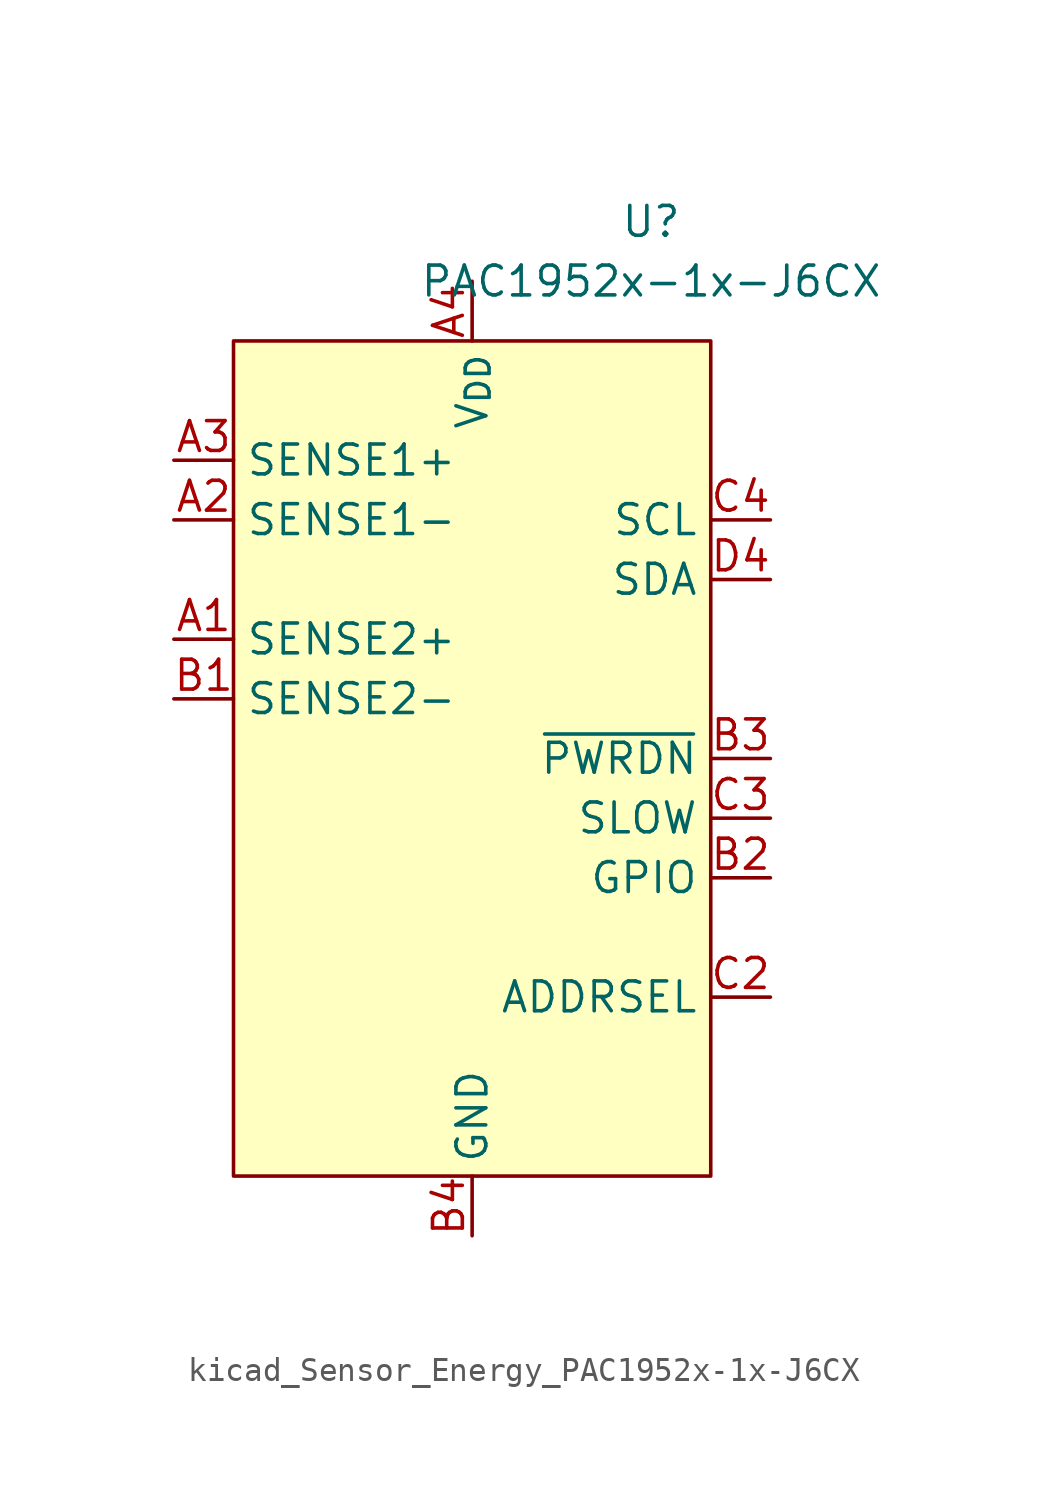
<source format=kicad_sym>
(kicad_symbol_lib
  (version 20220914)
  (generator kicad_symbol_editor)
  (symbol "kicad_Sensor_Energy_PAC1952x-1x-J6CX"
    (property "Reference" "U"
      (at 7.62 22.86 0)
      (effects (font (size 1.27 1.27))))
    (property "Value" "PAC1952x-1x-J6CX"
      (at 7.62 20.32 0)
      (effects (font (size 1.27 1.27))))
    (symbol "kicad_Sensor_Energy_PAC1952x-1x-J6CX_0_0"
      (pin input line (at -12.7 5.08 0) (length 2.54) (name "SENSE2+" (effects (font (size 1.27 1.27)))) (number "A1" (effects (font (size 1.27 1.27)))))
      (pin input line (at -12.7 10.16 0) (length 2.54) (name "SENSE1-" (effects (font (size 1.27 1.27)))) (number "A2" (effects (font (size 1.27 1.27)))))
      (pin input line (at -12.7 12.7 0) (length 2.54) (name "SENSE1+" (effects (font (size 1.27 1.27)))) (number "A3" (effects (font (size 1.27 1.27)))))
      (pin power_in line (at 0 20.32 270) (length 2.54) (name "V_{DD}" (effects (font (size 1.27 1.27)))) (number "A4" (effects (font (size 1.27 1.27)))))
      (pin input line (at -12.7 2.54 0) (length 2.54) (name "SENSE2-" (effects (font (size 1.27 1.27)))) (number "B1" (effects (font (size 1.27 1.27)))))
      (pin bidirectional line (at 12.7 -5.08 180) (length 2.54) (name "GPIO" (effects (font (size 1.27 1.27)))) (number "B2" (effects (font (size 1.27 1.27)))) (alternate "~{ALERT2}" open_collector line))
      (pin input line (at 12.7 0 180) (length 2.54) (name "~{PWRDN}" (effects (font (size 1.27 1.27)))) (number "B3" (effects (font (size 1.27 1.27)))))
      (pin power_in line (at 0 -20.32 90) (length 2.54) (name "GND" (effects (font (size 1.27 1.27)))) (number "B4" (effects (font (size 1.27 1.27)))))
      (pin passive line (at 0 -20.32 90) (length 2.54) hide (name "GND" (effects (font (size 1.27 1.27)))) (number "C1" (effects (font (size 1.27 1.27)))))
      (pin passive line (at 12.7 -10.16 180) (length 2.54) (name "ADDRSEL" (effects (font (size 1.27 1.27)))) (number "C2" (effects (font (size 1.27 1.27)))))
      (pin input line (at 12.7 -2.54 180) (length 2.54) (name "SLOW" (effects (font (size 1.27 1.27)))) (number "C3" (effects (font (size 1.27 1.27)))) (alternate "GPIO" bidirectional line) (alternate "~{ALERT1}" open_collector line))
      (pin input line (at 12.7 10.16 180) (length 2.54) (name "SCL" (effects (font (size 1.27 1.27)))) (number "C4" (effects (font (size 1.27 1.27)))) (alternate "SM_CLK" input line))
      (pin passive line (at 0 -20.32 90) (length 2.54) hide (name "GND" (effects (font (size 1.27 1.27)))) (number "D1" (effects (font (size 1.27 1.27)))))
      (pin passive line (at 0 -20.32 90) (length 2.54) hide (name "GND" (effects (font (size 1.27 1.27)))) (number "D2" (effects (font (size 1.27 1.27)))))
      (pin passive line (at 0 -20.32 90) (length 2.54) hide (name "GND" (effects (font (size 1.27 1.27)))) (number "D3" (effects (font (size 1.27 1.27)))))
      (pin bidirectional line (at 12.7 7.62 180) (length 2.54) (name "SDA" (effects (font (size 1.27 1.27)))) (number "D4" (effects (font (size 1.27 1.27)))) (alternate "SM_DATA" bidirectional line)))
    (symbol "kicad_Sensor_Energy_PAC1952x-1x-J6CX_0_1"
      (rectangle (start -10.16 17.78) (end 10.16 -17.78) (stroke (width 0) (type default)) (fill (type background))))))
</source>
